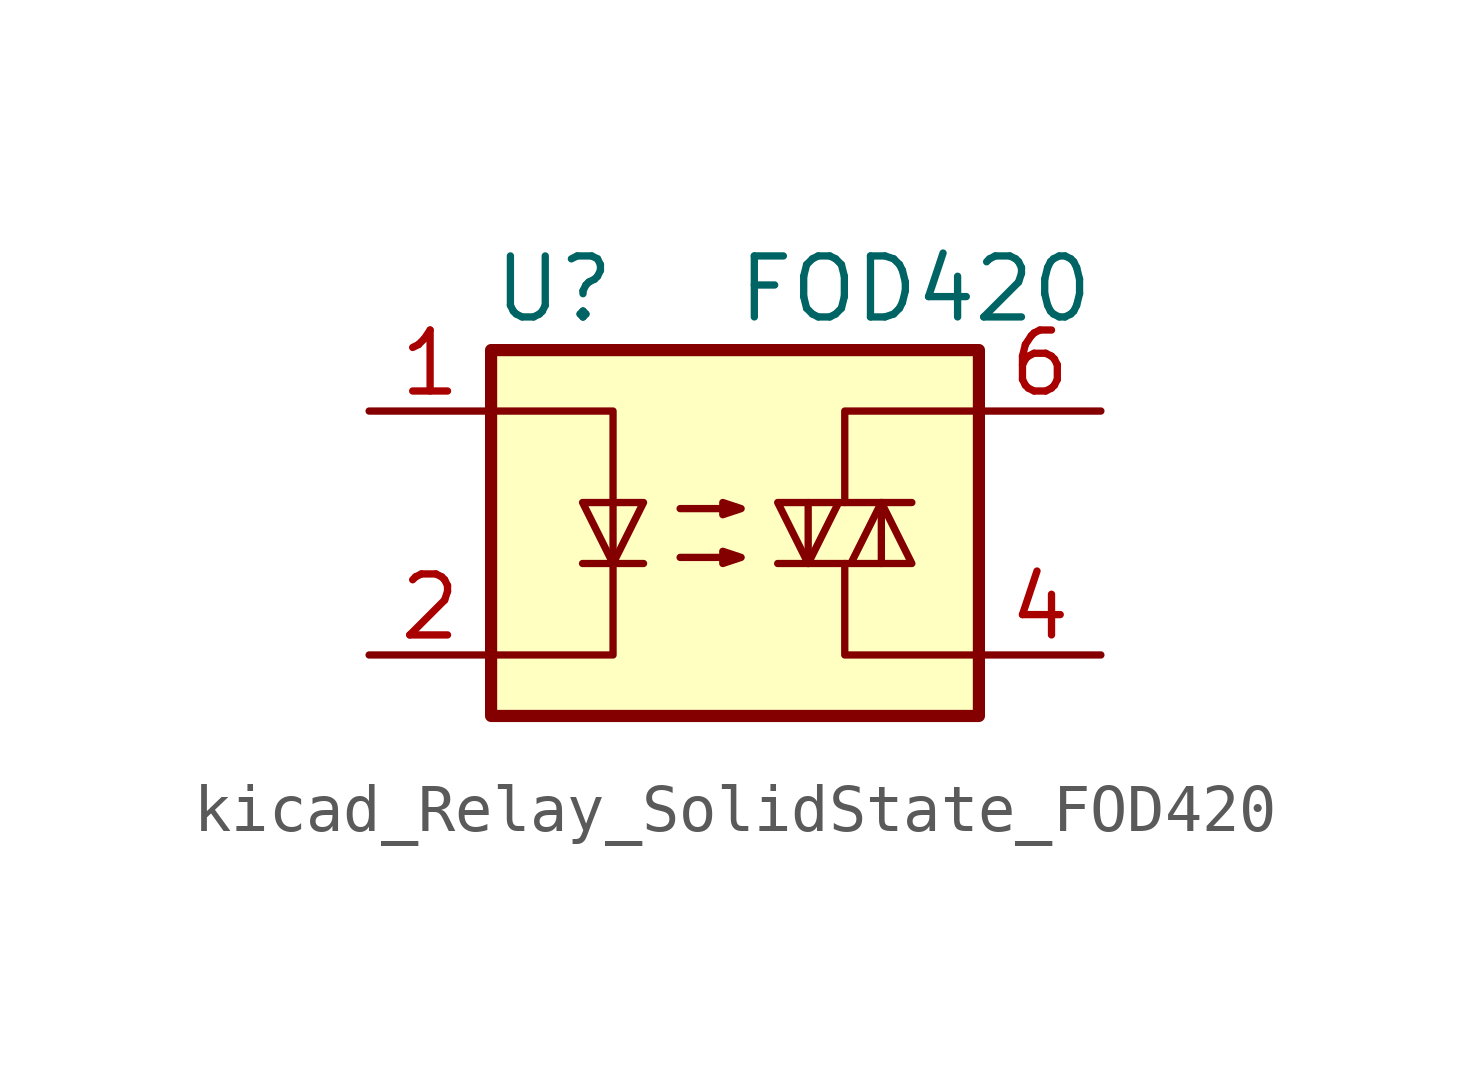
<source format=kicad_sym>
(kicad_symbol_lib
  (version 20220914)
  (generator kicad_symbol_editor)
  (symbol "kicad_Relay_SolidState_FOD420"
    (property "Reference" "U"
      (at -5.08 5.08 0)
      (effects (font (size 1.27 1.27)) (justify left)))
    (property "Value" "FOD420"
      (at 0 5.08 0)
      (effects (font (size 1.27 1.27)) (justify left)))
    (symbol "kicad_Relay_SolidState_FOD420_0_1"
      (rectangle (start -5.08 3.81) (end 5.08 -3.81) (stroke (width 0.254) (type default)) (fill (type background)))
      (polyline (pts (xy -3.175 -0.635) (xy -1.905 -0.635)) (stroke (width 0) (type default)) (fill (type none)))
      (polyline (pts (xy 1.524 -0.635) (xy 1.524 0.635)) (stroke (width 0) (type default)) (fill (type none)))
      (polyline (pts (xy 3.048 0.635) (xy 3.048 -0.635)) (stroke (width 0) (type default)) (fill (type none)))
      (polyline (pts (xy 2.286 -0.635) (xy 2.286 -2.54) (xy 5.08 -2.54)) (stroke (width 0) (type default)) (fill (type none)))
      (polyline (pts (xy 2.286 0.635) (xy 2.286 2.54) (xy 5.08 2.54)) (stroke (width 0) (type default)) (fill (type none)))
      (polyline (pts (xy -5.08 2.54) (xy -2.54 2.54) (xy -2.54 -2.54) (xy -5.08 -2.54)) (stroke (width 0) (type default)) (fill (type none)))
      (polyline (pts (xy -2.54 -0.635) (xy -3.175 0.635) (xy -1.905 0.635) (xy -2.54 -0.635)) (stroke (width 0) (type default)) (fill (type none)))
      (polyline (pts (xy 0.889 -0.635) (xy 3.683 -0.635) (xy 3.048 0.635) (xy 2.413 -0.635)) (stroke (width 0) (type default)) (fill (type none)))
      (polyline (pts (xy 3.683 0.635) (xy 0.889 0.635) (xy 1.524 -0.635) (xy 2.159 0.635)) (stroke (width 0) (type default)) (fill (type none)))
      (polyline (pts (xy -1.143 -0.508) (xy 0.127 -0.508) (xy -0.254 -0.635) (xy -0.254 -0.381) (xy 0.127 -0.508)) (stroke (width 0) (type default)) (fill (type none)))
      (polyline (pts (xy -1.143 0.508) (xy 0.127 0.508) (xy -0.254 0.381) (xy -0.254 0.635) (xy 0.127 0.508)) (stroke (width 0) (type default)) (fill (type none))))
    (symbol "kicad_Relay_SolidState_FOD420_1_1"
      (pin passive line (at -7.62 2.54 0) (length 2.54) (name "~" (effects (font (size 1.27 1.27)))) (number "1" (effects (font (size 1.27 1.27)))))
      (pin passive line (at -7.62 -2.54 0) (length 2.54) (name "~" (effects (font (size 1.27 1.27)))) (number "2" (effects (font (size 1.27 1.27)))))
      (pin no_connect line (at -5.08 0 0) (length 2.54) hide (name "NC" (effects (font (size 1.27 1.27)))) (number "3" (effects (font (size 1.27 1.27)))))
      (pin passive line (at 7.62 -2.54 180) (length 2.54) (name "~" (effects (font (size 1.27 1.27)))) (number "4" (effects (font (size 1.27 1.27)))))
      (pin no_connect line (at 5.08 0 180) (length 2.54) hide (name "NC" (effects (font (size 1.27 1.27)))) (number "5" (effects (font (size 1.27 1.27)))))
      (pin passive line (at 7.62 2.54 180) (length 2.54) (name "~" (effects (font (size 1.27 1.27)))) (number "6" (effects (font (size 1.27 1.27))))))))
</source>
